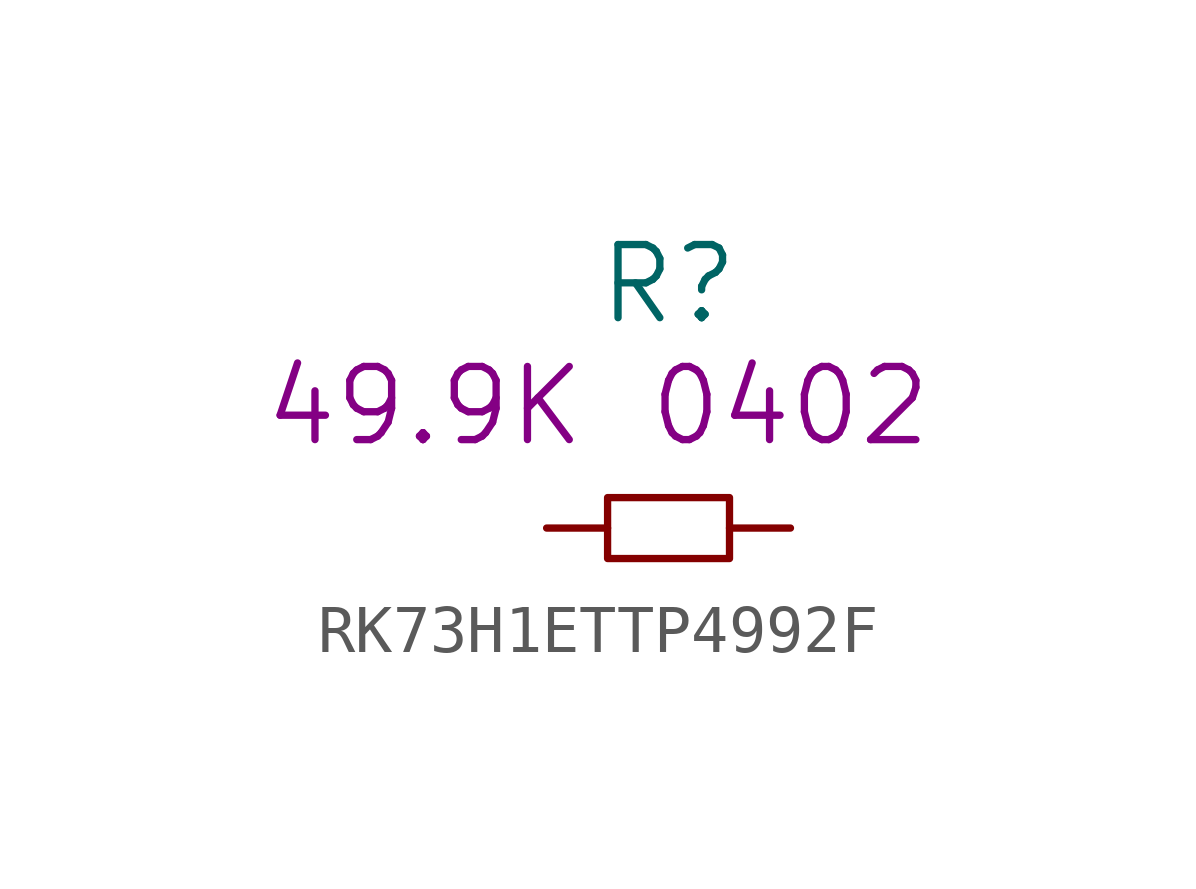
<source format=kicad_sym>
(kicad_symbol_lib
  (version 20220914)
  (generator kicad_symbol_editor)
  (symbol "RK73H1ETTP4992F"
    (pin_numbers hide)
    (pin_names
      (offset 1.016) hide)
    (property "Reference" "R"
      (at 0 5.08 0)
      (effects (font (size 1.524 1.524))))
    (property "Datasheet" ""
      (at 0 5.08 0)
      (effects (font (size 1.524 1.524))))
    (property "Value2" "49.9K"
      (at -5.08 2.54 0)
      (effects (font (size 1.524 1.524))))
    (property "Size" "0402"
      (at 2.54 2.54 0)
      (effects (font (size 1.524 1.524))))
    (symbol "RK73H1ETTP4992F_0_1"
      (rectangle (start -1.27 0.635) (end 1.27 -0.635) (stroke (width 0) (type solid)) (fill (type none))))
    (symbol "RK73H1ETTP4992F_1_1"
      (pin passive line (at -2.54 0 0) (length 1.27) (name "1" (effects (font (size 1.27 1.27)))) (number "1" (effects (font (size 1.27 1.27)))))
      (pin passive line (at 2.54 0 180) (length 1.27) (name "2" (effects (font (size 1.27 1.27)))) (number "2" (effects (font (size 1.27 1.27))))))))
</source>
